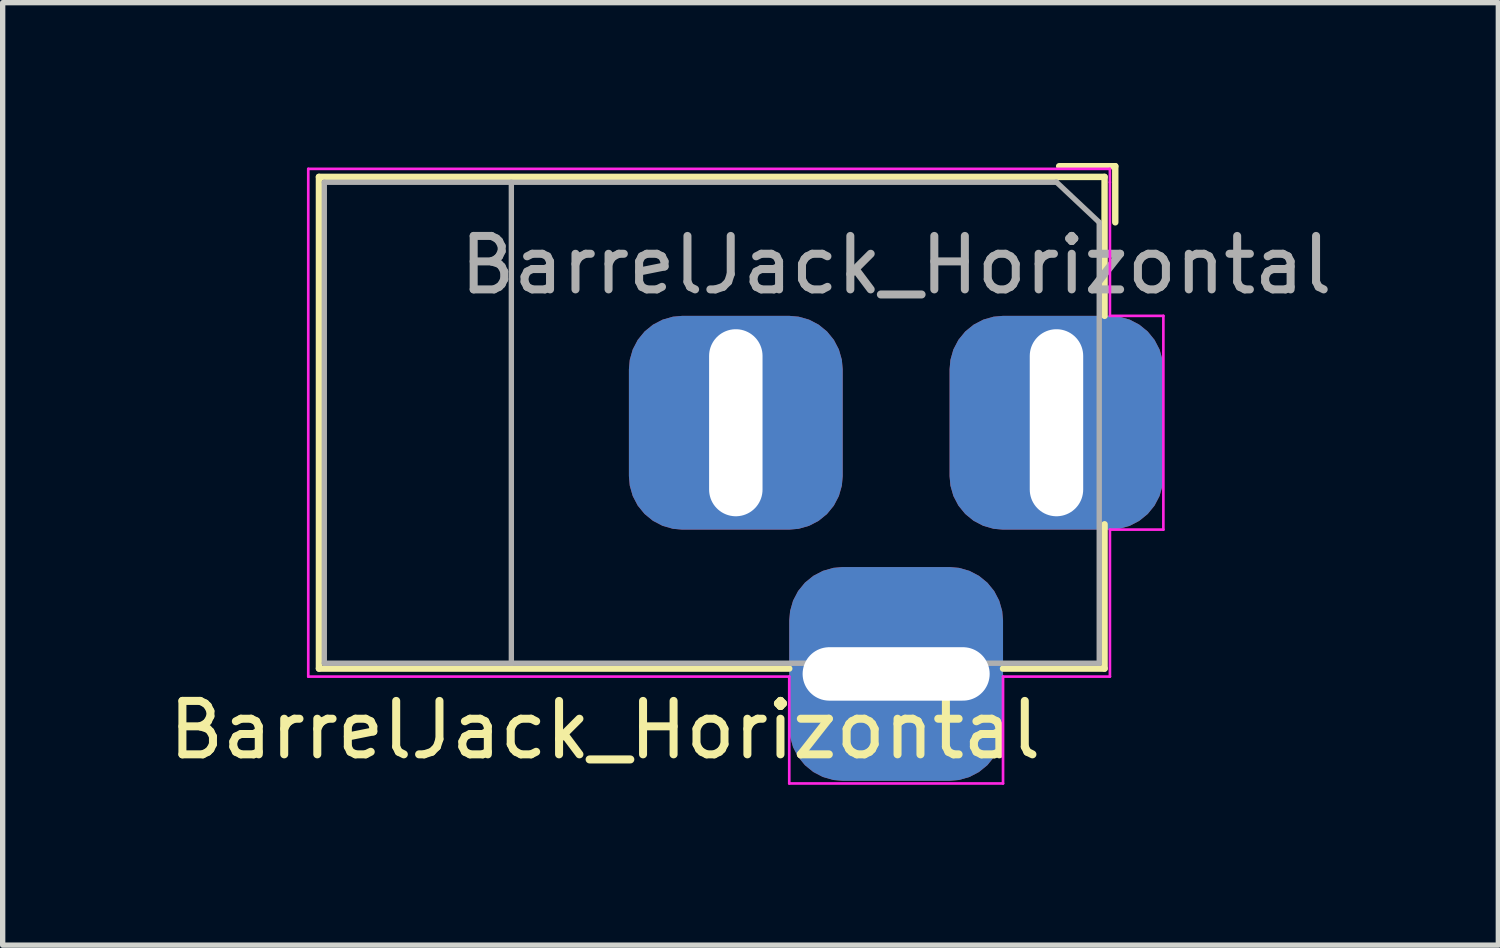
<source format=kicad_pcb>
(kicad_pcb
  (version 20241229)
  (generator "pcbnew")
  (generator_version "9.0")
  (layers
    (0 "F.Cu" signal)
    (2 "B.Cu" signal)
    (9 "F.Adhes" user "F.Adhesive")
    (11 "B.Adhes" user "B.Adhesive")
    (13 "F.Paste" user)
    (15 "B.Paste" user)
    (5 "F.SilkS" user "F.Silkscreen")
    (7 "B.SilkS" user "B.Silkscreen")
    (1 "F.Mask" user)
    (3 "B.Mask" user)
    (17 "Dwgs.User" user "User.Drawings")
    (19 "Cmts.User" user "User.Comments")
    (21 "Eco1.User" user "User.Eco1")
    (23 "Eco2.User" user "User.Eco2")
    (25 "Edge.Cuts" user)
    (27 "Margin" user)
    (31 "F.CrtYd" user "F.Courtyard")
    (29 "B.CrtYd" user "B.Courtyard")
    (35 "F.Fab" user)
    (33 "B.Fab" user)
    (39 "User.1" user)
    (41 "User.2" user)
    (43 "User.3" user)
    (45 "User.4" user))
  (footprint "BarrelJack_Horizontal"
    (layer "F.Cu")
    (at 16.718 4.86)
    (property "Reference" "BarrelJack_Horizontal" (at -8.45 5.75 0) (layer "F.SilkS") (effects (font (size 1 1) (thickness 0.15))))
    (attr through_hole)
    (fp_line (start -13.8 -4.6) (end 0.9 -4.6) (stroke (width 0.12) (type solid)) (layer "F.SilkS"))
    (fp_line (start -13.8 4.6) (end -13.8 -4.6) (stroke (width 0.12) (type solid)) (layer "F.SilkS"))
    (fp_line (start -5 4.6) (end -13.8 4.6) (stroke (width 0.12) (type solid)) (layer "F.SilkS"))
    (fp_line (start 0.05 -4.8) (end 1.1 -4.8) (stroke (width 0.12) (type solid)) (layer "F.SilkS"))
    (fp_line (start 0.9 -4.6) (end 0.9 -2) (stroke (width 0.12) (type solid)) (layer "F.SilkS"))
    (fp_line (start 0.9 1.9) (end 0.9 4.6) (stroke (width 0.12) (type solid)) (layer "F.SilkS"))
    (fp_line (start 0.9 4.6) (end -1 4.6) (stroke (width 0.12) (type solid)) (layer "F.SilkS"))
    (fp_line (start 1.1 -3.75) (end 1.1 -4.8) (stroke (width 0.12) (type solid)) (layer "F.SilkS"))
    (fp_line (start -14 4.75) (end -14 -4.75) (stroke (width 0.05) (type solid)) (layer "F.CrtYd"))
    (fp_line (start -5 4.75) (end -14 4.75) (stroke (width 0.05) (type solid)) (layer "F.CrtYd"))
    (fp_line (start -5 6.75) (end -5 4.75) (stroke (width 0.05) (type solid)) (layer "F.CrtYd"))
    (fp_line (start -1 4.75) (end -1 6.75) (stroke (width 0.05) (type solid)) (layer "F.CrtYd"))
    (fp_line (start -1 6.75) (end -5 6.75) (stroke (width 0.05) (type solid)) (layer "F.CrtYd"))
    (fp_line (start 1 -4.75) (end -14 -4.75) (stroke (width 0.05) (type solid)) (layer "F.CrtYd"))
    (fp_line (start 1 -4.5) (end 1 -4.75) (stroke (width 0.05) (type solid)) (layer "F.CrtYd"))
    (fp_line (start 1 -4.5) (end 1 -2) (stroke (width 0.05) (type solid)) (layer "F.CrtYd"))
    (fp_line (start 1 -2) (end 2 -2) (stroke (width 0.05) (type solid)) (layer "F.CrtYd"))
    (fp_line (start 1 2) (end 1 4.75) (stroke (width 0.05) (type solid)) (layer "F.CrtYd"))
    (fp_line (start 1 4.75) (end -1 4.75) (stroke (width 0.05) (type solid)) (layer "F.CrtYd"))
    (fp_line (start 2 -2) (end 2 2) (stroke (width 0.05) (type solid)) (layer "F.CrtYd"))
    (fp_line (start 2 2) (end 1 2) (stroke (width 0.05) (type solid)) (layer "F.CrtYd"))
    (fp_line (start -13.7 -4.5) (end -13.7 4.5) (stroke (width 0.1) (type solid)) (layer "F.Fab"))
    (fp_line (start -13.7 4.5) (end 0.8 4.5) (stroke (width 0.1) (type solid)) (layer "F.Fab"))
    (fp_line (start -10.2 -4.5) (end -10.2 4.5) (stroke (width 0.1) (type solid)) (layer "F.Fab"))
    (fp_line (start -0.003 -4.505) (end 0.8 -3.75) (stroke (width 0.1) (type solid)) (layer "F.Fab"))
    (fp_line (start 0 -4.5) (end -13.7 -4.5) (stroke (width 0.1) (type solid)) (layer "F.Fab"))
    (fp_line (start 0.8 4.5) (end 0.8 -3.75) (stroke (width 0.1) (type solid)) (layer "F.Fab"))
    (fp_text user "${REFERENCE}" (at -3 -2.95 0) (layer "F.Fab") (effects (font (size 1 1) (thickness 0.15))))
    (pad "1" thru_hole roundrect (at 0 0) (size 4 4) (drill oval 1 3.5) (layers "*.Cu" "*.Mask") (roundrect_rratio 0.25))
    (pad "2" thru_hole roundrect (at -6 0) (size 4 4) (drill oval 1 3.5) (layers "*.Cu" "*.Mask") (roundrect_rratio 0.25))
    (pad "3" thru_hole roundrect (at -3 4.7) (size 4 4) (drill oval 3.5 1) (layers "*.Cu" "*.Mask") (roundrect_rratio 0.25)))
  (gr_rect
    (start -3 -3)
    (end 24.986 14.635)
    (stroke (width 0.1) (type default))
    (fill no)
    (layer "Edge.Cuts")))
</source>
